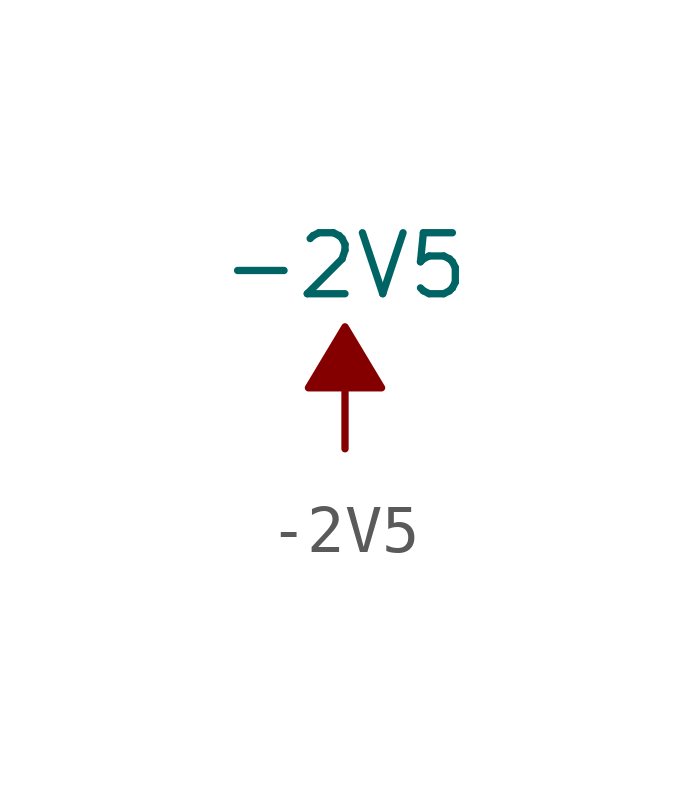
<source format=kicad_sym>
(kicad_symbol_lib
  (version 20220914)
  (generator kicad_symbol_editor)
  (symbol "-2V5"
    (power)
    (pin_names
      (offset 0))
    (property "Reference" "#PWR"
      (at 0 2.54 0)
      (effects (font (size 1.27 1.27)) hide))
    (property "Value" "-2V5"
      (at 0 3.81 0)
      (effects (font (size 1.27 1.27))))
    (symbol "-2V5_0_0"
      (pin power_in line (at 0 0 90) (length 0) hide (name "-2V5" (effects (font (size 1.27 1.27)))) (number "1" (effects (font (size 1.27 1.27))))))
    (symbol "-2V5_0_1"
      (polyline (pts (xy 0 0) (xy 0 1.27) (xy 0.762 1.27) (xy 0 2.54) (xy -0.762 1.27) (xy 0 1.27)) (stroke (width 0) (type default)) (fill (type outline))))))
</source>
